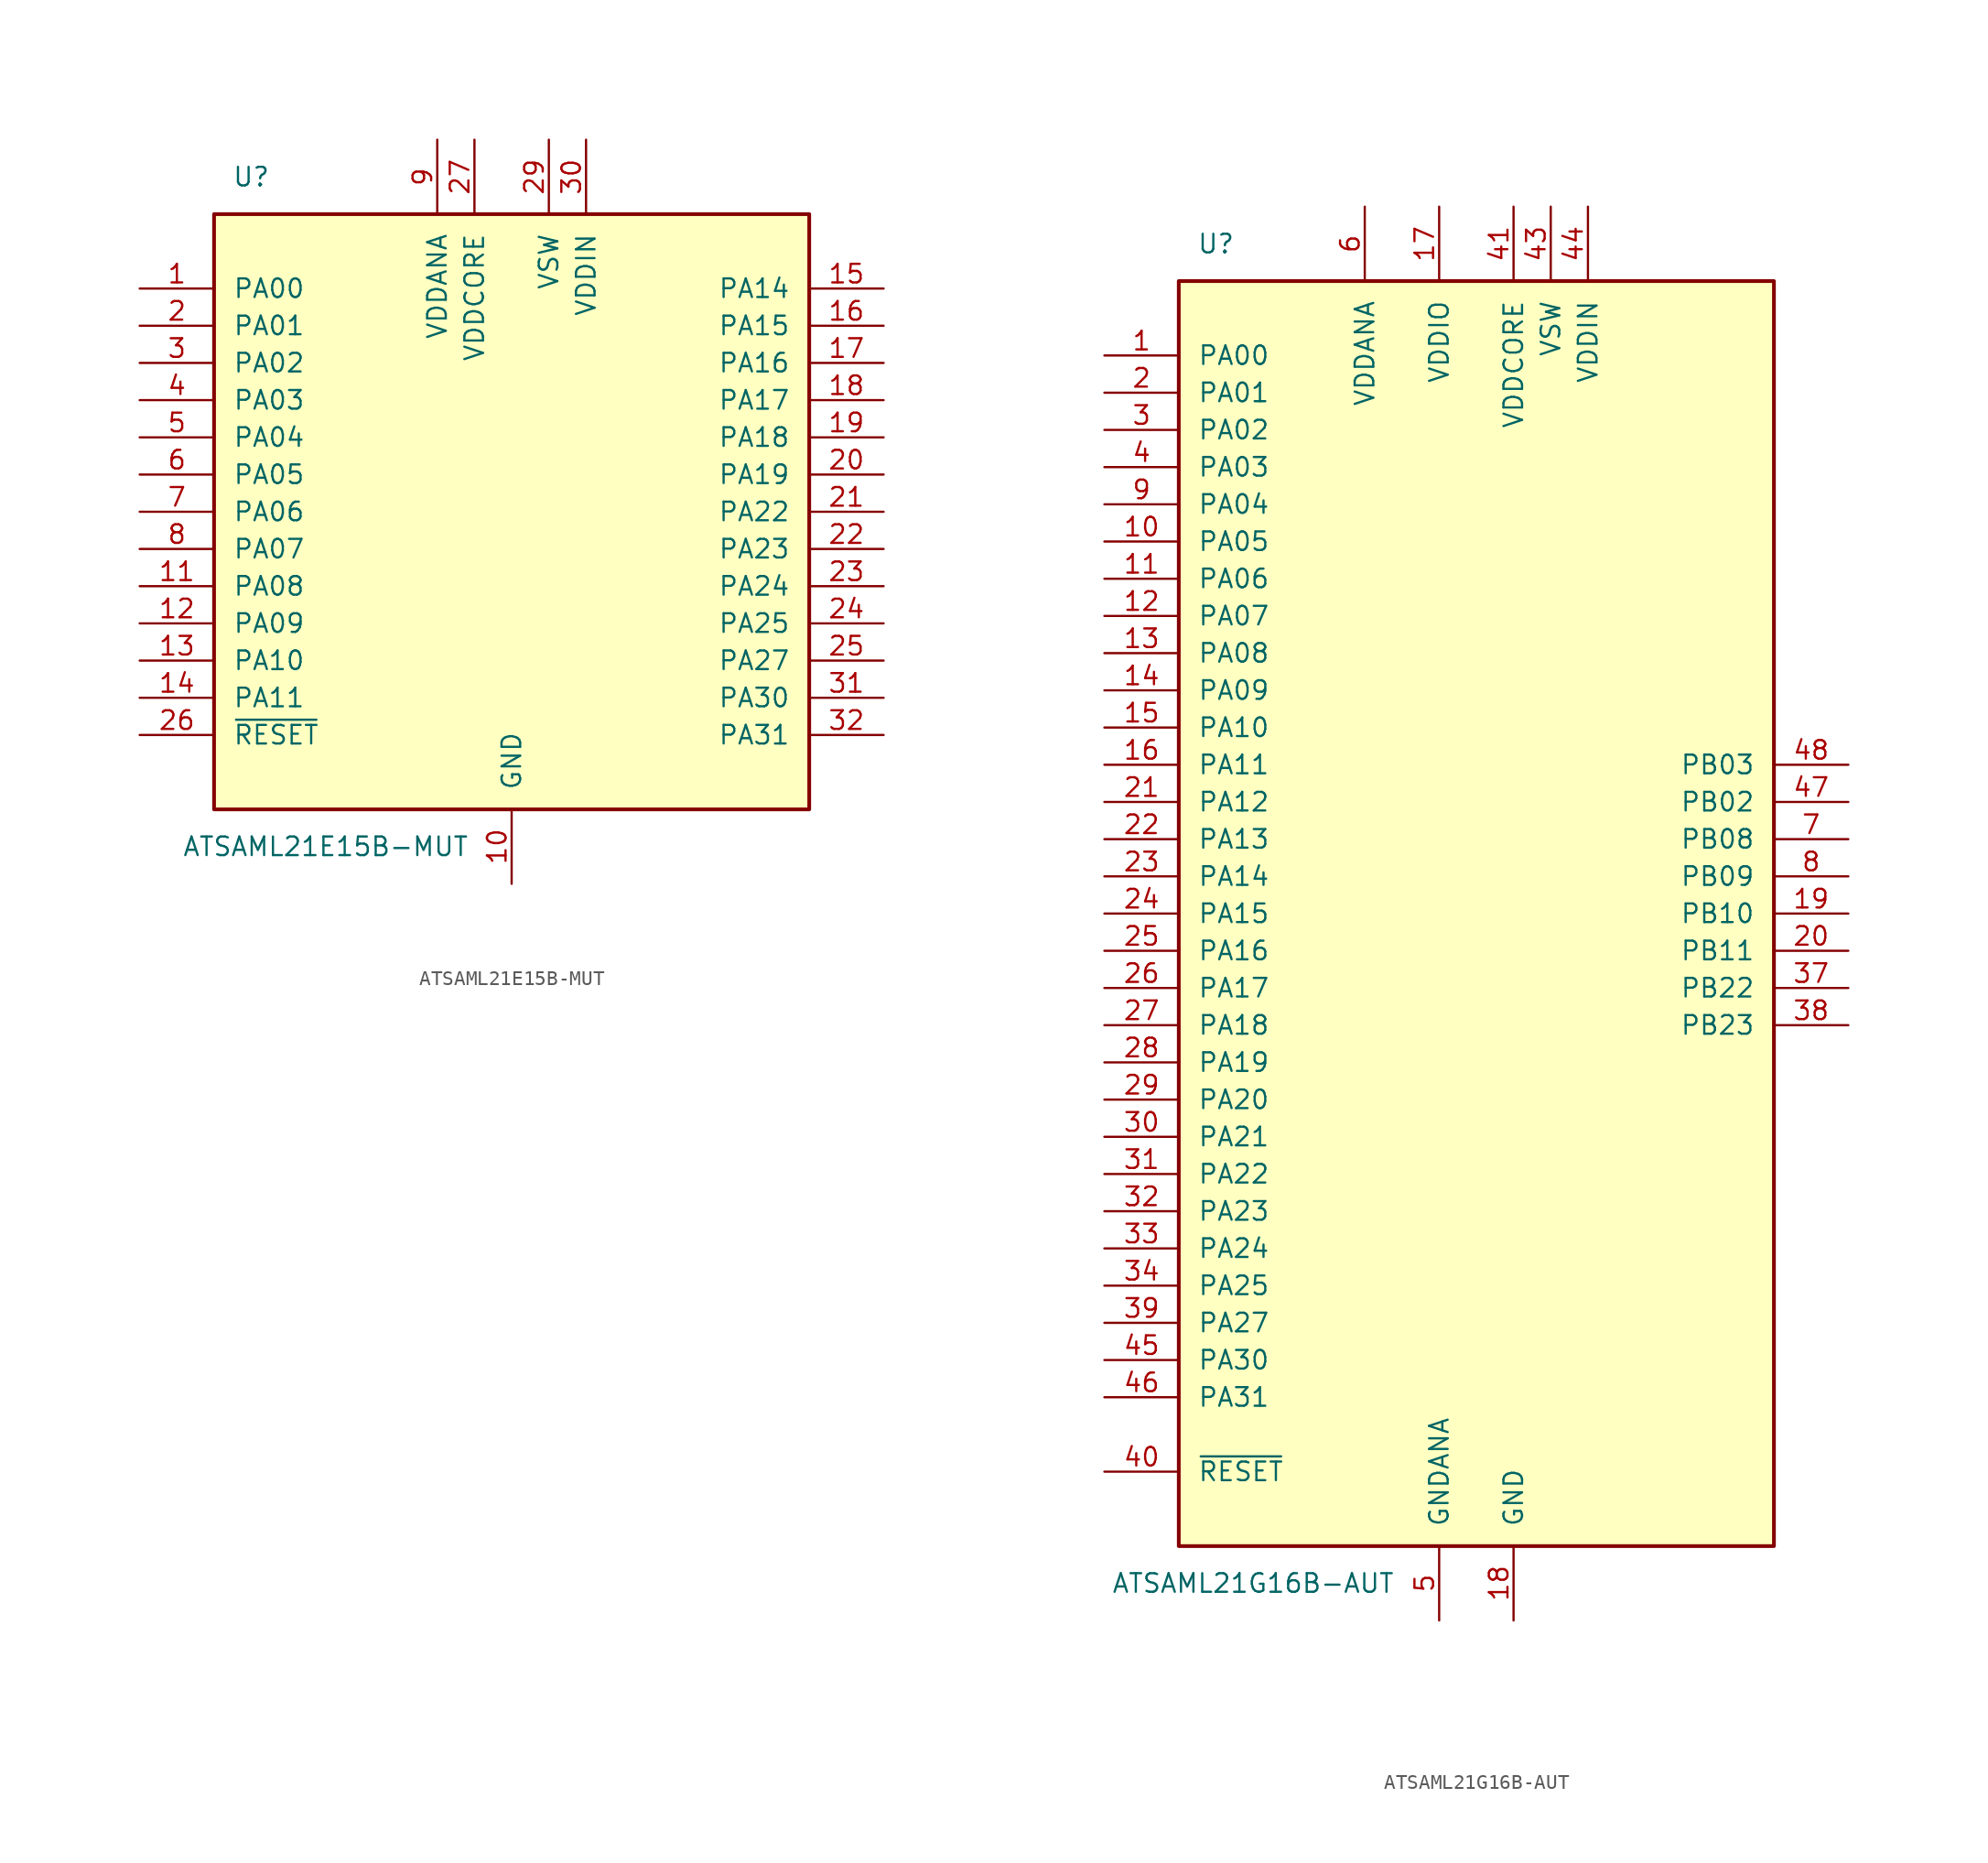
<source format=kicad_sym>
(kicad_symbol_lib
  (version 20201005)
  (generator kicad_symbol_editor)
  (symbol "ATSAML21E15B-MUT"
    (pin_names
      (offset 1.27))
    (property "Reference" "U"
      (at -17.78 22.86 0)
      (effects (font (size 1.27 1.27))))
    (property "Value" "ATSAML21E15B-MUT"
      (at -12.7 -22.86 0)
      (effects (font (size 1.27 1.27))))
    (symbol "ATSAML21E15B-MUT_0_1"
      (rectangle (start -20.32 20.32) (end 20.32 -20.32) (stroke (width 0.254)) (fill (type background))))
    (symbol "ATSAML21E15B-MUT_1_1"
      (pin bidirectional line (at -25.4 15.24 0) (length 5.08) (name "PA00" (effects (font (size 1.27 1.27)))) (number "1" (effects (font (size 1.27 1.27)))))
      (pin power_in line (at 0 -25.4 90) (length 5.08) (name "GND" (effects (font (size 1.27 1.27)))) (number "10" (effects (font (size 1.27 1.27)))))
      (pin bidirectional line (at -25.4 -5.08 0) (length 5.08) (name "PA08" (effects (font (size 1.27 1.27)))) (number "11" (effects (font (size 1.27 1.27)))))
      (pin bidirectional line (at -25.4 -7.62 0) (length 5.08) (name "PA09" (effects (font (size 1.27 1.27)))) (number "12" (effects (font (size 1.27 1.27)))))
      (pin bidirectional line (at -25.4 -10.16 0) (length 5.08) (name "PA10" (effects (font (size 1.27 1.27)))) (number "13" (effects (font (size 1.27 1.27)))))
      (pin bidirectional line (at -25.4 -12.7 0) (length 5.08) (name "PA11" (effects (font (size 1.27 1.27)))) (number "14" (effects (font (size 1.27 1.27)))))
      (pin bidirectional line (at 25.4 15.24 180) (length 5.08) (name "PA14" (effects (font (size 1.27 1.27)))) (number "15" (effects (font (size 1.27 1.27)))))
      (pin bidirectional line (at 25.4 12.7 180) (length 5.08) (name "PA15" (effects (font (size 1.27 1.27)))) (number "16" (effects (font (size 1.27 1.27)))))
      (pin bidirectional line (at 25.4 10.16 180) (length 5.08) (name "PA16" (effects (font (size 1.27 1.27)))) (number "17" (effects (font (size 1.27 1.27)))))
      (pin bidirectional line (at 25.4 7.62 180) (length 5.08) (name "PA17" (effects (font (size 1.27 1.27)))) (number "18" (effects (font (size 1.27 1.27)))))
      (pin bidirectional line (at 25.4 5.08 180) (length 5.08) (name "PA18" (effects (font (size 1.27 1.27)))) (number "19" (effects (font (size 1.27 1.27)))))
      (pin bidirectional line (at -25.4 12.7 0) (length 5.08) (name "PA01" (effects (font (size 1.27 1.27)))) (number "2" (effects (font (size 1.27 1.27)))))
      (pin bidirectional line (at 25.4 2.54 180) (length 5.08) (name "PA19" (effects (font (size 1.27 1.27)))) (number "20" (effects (font (size 1.27 1.27)))))
      (pin bidirectional line (at 25.4 0 180) (length 5.08) (name "PA22" (effects (font (size 1.27 1.27)))) (number "21" (effects (font (size 1.27 1.27)))))
      (pin bidirectional line (at 25.4 -2.54 180) (length 5.08) (name "PA23" (effects (font (size 1.27 1.27)))) (number "22" (effects (font (size 1.27 1.27)))))
      (pin bidirectional line (at 25.4 -5.08 180) (length 5.08) (name "PA24" (effects (font (size 1.27 1.27)))) (number "23" (effects (font (size 1.27 1.27)))))
      (pin bidirectional line (at 25.4 -7.62 180) (length 5.08) (name "PA25" (effects (font (size 1.27 1.27)))) (number "24" (effects (font (size 1.27 1.27)))))
      (pin bidirectional line (at 25.4 -10.16 180) (length 5.08) (name "PA27" (effects (font (size 1.27 1.27)))) (number "25" (effects (font (size 1.27 1.27)))))
      (pin input line (at -25.4 -15.24 0) (length 5.08) (name "~RESET" (effects (font (size 1.27 1.27)))) (number "26" (effects (font (size 1.27 1.27)))))
      (pin power_in line (at -2.54 25.4 270) (length 5.08) (name "VDDCORE" (effects (font (size 1.27 1.27)))) (number "27" (effects (font (size 1.27 1.27)))))
      (pin passive line (at 0 -25.4 90) (length 5.08) hide (name "GND" (effects (font (size 1.27 1.27)))) (number "28" (effects (font (size 1.27 1.27)))))
      (pin power_out line (at 2.54 25.4 270) (length 5.08) (name "VSW" (effects (font (size 1.27 1.27)))) (number "29" (effects (font (size 1.27 1.27)))))
      (pin bidirectional line (at -25.4 10.16 0) (length 5.08) (name "PA02" (effects (font (size 1.27 1.27)))) (number "3" (effects (font (size 1.27 1.27)))))
      (pin power_in line (at 5.08 25.4 270) (length 5.08) (name "VDDIN" (effects (font (size 1.27 1.27)))) (number "30" (effects (font (size 1.27 1.27)))))
      (pin bidirectional line (at 25.4 -12.7 180) (length 5.08) (name "PA30" (effects (font (size 1.27 1.27)))) (number "31" (effects (font (size 1.27 1.27)))))
      (pin bidirectional line (at 25.4 -15.24 180) (length 5.08) (name "PA31" (effects (font (size 1.27 1.27)))) (number "32" (effects (font (size 1.27 1.27)))))
      (pin bidirectional line (at -25.4 7.62 0) (length 5.08) (name "PA03" (effects (font (size 1.27 1.27)))) (number "4" (effects (font (size 1.27 1.27)))))
      (pin bidirectional line (at -25.4 5.08 0) (length 5.08) (name "PA04" (effects (font (size 1.27 1.27)))) (number "5" (effects (font (size 1.27 1.27)))))
      (pin bidirectional line (at -25.4 2.54 0) (length 5.08) (name "PA05" (effects (font (size 1.27 1.27)))) (number "6" (effects (font (size 1.27 1.27)))))
      (pin bidirectional line (at -25.4 0 0) (length 5.08) (name "PA06" (effects (font (size 1.27 1.27)))) (number "7" (effects (font (size 1.27 1.27)))))
      (pin bidirectional line (at -25.4 -2.54 0) (length 5.08) (name "PA07" (effects (font (size 1.27 1.27)))) (number "8" (effects (font (size 1.27 1.27)))))
      (pin power_in line (at -5.08 25.4 270) (length 5.08) (name "VDDANA" (effects (font (size 1.27 1.27)))) (number "9" (effects (font (size 1.27 1.27)))))))
  (symbol "ATSAML21G16B-AUT"
    (pin_names
      (offset 1.27))
    (property "Reference" "U"
      (at -17.78 45.72 0)
      (effects (font (size 1.27 1.27))))
    (property "Value" "ATSAML21G16B-AUT"
      (at -15.24 -45.72 0)
      (effects (font (size 1.27 1.27))))
    (symbol "ATSAML21G16B-AUT_0_1"
      (rectangle (start -20.32 43.18) (end 20.32 -43.18) (stroke (width 0.254)) (fill (type background))))
    (symbol "ATSAML21G16B-AUT_1_1"
      (pin bidirectional line (at -25.4 38.1 0) (length 5.08) (name "PA00" (effects (font (size 1.27 1.27)))) (number "1" (effects (font (size 1.27 1.27)))))
      (pin bidirectional line (at -25.4 25.4 0) (length 5.08) (name "PA05" (effects (font (size 1.27 1.27)))) (number "10" (effects (font (size 1.27 1.27)))))
      (pin bidirectional line (at -25.4 22.86 0) (length 5.08) (name "PA06" (effects (font (size 1.27 1.27)))) (number "11" (effects (font (size 1.27 1.27)))))
      (pin bidirectional line (at -25.4 20.32 0) (length 5.08) (name "PA07" (effects (font (size 1.27 1.27)))) (number "12" (effects (font (size 1.27 1.27)))))
      (pin bidirectional line (at -25.4 17.78 0) (length 5.08) (name "PA08" (effects (font (size 1.27 1.27)))) (number "13" (effects (font (size 1.27 1.27)))))
      (pin bidirectional line (at -25.4 15.24 0) (length 5.08) (name "PA09" (effects (font (size 1.27 1.27)))) (number "14" (effects (font (size 1.27 1.27)))))
      (pin bidirectional line (at -25.4 12.7 0) (length 5.08) (name "PA10" (effects (font (size 1.27 1.27)))) (number "15" (effects (font (size 1.27 1.27)))))
      (pin bidirectional line (at -25.4 10.16 0) (length 5.08) (name "PA11" (effects (font (size 1.27 1.27)))) (number "16" (effects (font (size 1.27 1.27)))))
      (pin power_in line (at -2.54 48.26 270) (length 5.08) (name "VDDIO" (effects (font (size 1.27 1.27)))) (number "17" (effects (font (size 1.27 1.27)))))
      (pin power_in line (at 2.54 -48.26 90) (length 5.08) (name "GND" (effects (font (size 1.27 1.27)))) (number "18" (effects (font (size 1.27 1.27)))))
      (pin bidirectional line (at 25.4 0 180) (length 5.08) (name "PB10" (effects (font (size 1.27 1.27)))) (number "19" (effects (font (size 1.27 1.27)))))
      (pin bidirectional line (at -25.4 35.56 0) (length 5.08) (name "PA01" (effects (font (size 1.27 1.27)))) (number "2" (effects (font (size 1.27 1.27)))))
      (pin bidirectional line (at 25.4 -2.54 180) (length 5.08) (name "PB11" (effects (font (size 1.27 1.27)))) (number "20" (effects (font (size 1.27 1.27)))))
      (pin bidirectional line (at -25.4 7.62 0) (length 5.08) (name "PA12" (effects (font (size 1.27 1.27)))) (number "21" (effects (font (size 1.27 1.27)))))
      (pin bidirectional line (at -25.4 5.08 0) (length 5.08) (name "PA13" (effects (font (size 1.27 1.27)))) (number "22" (effects (font (size 1.27 1.27)))))
      (pin bidirectional line (at -25.4 2.54 0) (length 5.08) (name "PA14" (effects (font (size 1.27 1.27)))) (number "23" (effects (font (size 1.27 1.27)))))
      (pin bidirectional line (at -25.4 0 0) (length 5.08) (name "PA15" (effects (font (size 1.27 1.27)))) (number "24" (effects (font (size 1.27 1.27)))))
      (pin bidirectional line (at -25.4 -2.54 0) (length 5.08) (name "PA16" (effects (font (size 1.27 1.27)))) (number "25" (effects (font (size 1.27 1.27)))))
      (pin bidirectional line (at -25.4 -5.08 0) (length 5.08) (name "PA17" (effects (font (size 1.27 1.27)))) (number "26" (effects (font (size 1.27 1.27)))))
      (pin bidirectional line (at -25.4 -7.62 0) (length 5.08) (name "PA18" (effects (font (size 1.27 1.27)))) (number "27" (effects (font (size 1.27 1.27)))))
      (pin bidirectional line (at -25.4 -10.16 0) (length 5.08) (name "PA19" (effects (font (size 1.27 1.27)))) (number "28" (effects (font (size 1.27 1.27)))))
      (pin bidirectional line (at -25.4 -12.7 0) (length 5.08) (name "PA20" (effects (font (size 1.27 1.27)))) (number "29" (effects (font (size 1.27 1.27)))))
      (pin bidirectional line (at -25.4 33.02 0) (length 5.08) (name "PA02" (effects (font (size 1.27 1.27)))) (number "3" (effects (font (size 1.27 1.27)))))
      (pin bidirectional line (at -25.4 -15.24 0) (length 5.08) (name "PA21" (effects (font (size 1.27 1.27)))) (number "30" (effects (font (size 1.27 1.27)))))
      (pin bidirectional line (at -25.4 -17.78 0) (length 5.08) (name "PA22" (effects (font (size 1.27 1.27)))) (number "31" (effects (font (size 1.27 1.27)))))
      (pin bidirectional line (at -25.4 -20.32 0) (length 5.08) (name "PA23" (effects (font (size 1.27 1.27)))) (number "32" (effects (font (size 1.27 1.27)))))
      (pin bidirectional line (at -25.4 -22.86 0) (length 5.08) (name "PA24" (effects (font (size 1.27 1.27)))) (number "33" (effects (font (size 1.27 1.27)))))
      (pin bidirectional line (at -25.4 -25.4 0) (length 5.08) (name "PA25" (effects (font (size 1.27 1.27)))) (number "34" (effects (font (size 1.27 1.27)))))
      (pin passive line (at 2.54 -48.26 90) (length 5.08) hide (name "GND" (effects (font (size 1.27 1.27)))) (number "35" (effects (font (size 1.27 1.27)))))
      (pin power_in line (at -2.54 48.26 270) (length 5.08) hide (name "VDDIO" (effects (font (size 1.27 1.27)))) (number "36" (effects (font (size 1.27 1.27)))))
      (pin bidirectional line (at 25.4 -5.08 180) (length 5.08) (name "PB22" (effects (font (size 1.27 1.27)))) (number "37" (effects (font (size 1.27 1.27)))))
      (pin bidirectional line (at 25.4 -7.62 180) (length 5.08) (name "PB23" (effects (font (size 1.27 1.27)))) (number "38" (effects (font (size 1.27 1.27)))))
      (pin bidirectional line (at -25.4 -27.94 0) (length 5.08) (name "PA27" (effects (font (size 1.27 1.27)))) (number "39" (effects (font (size 1.27 1.27)))))
      (pin bidirectional line (at -25.4 30.48 0) (length 5.08) (name "PA03" (effects (font (size 1.27 1.27)))) (number "4" (effects (font (size 1.27 1.27)))))
      (pin input line (at -25.4 -38.1 0) (length 5.08) (name "~RESET" (effects (font (size 1.27 1.27)))) (number "40" (effects (font (size 1.27 1.27)))))
      (pin bidirectional line (at 2.54 48.26 270) (length 5.08) (name "VDDCORE" (effects (font (size 1.27 1.27)))) (number "41" (effects (font (size 1.27 1.27)))))
      (pin passive line (at 2.54 -48.26 90) (length 5.08) hide (name "GND" (effects (font (size 1.27 1.27)))) (number "42" (effects (font (size 1.27 1.27)))))
      (pin bidirectional line (at 5.08 48.26 270) (length 5.08) (name "VSW" (effects (font (size 1.27 1.27)))) (number "43" (effects (font (size 1.27 1.27)))))
      (pin bidirectional line (at 7.62 48.26 270) (length 5.08) (name "VDDIN" (effects (font (size 1.27 1.27)))) (number "44" (effects (font (size 1.27 1.27)))))
      (pin bidirectional line (at -25.4 -30.48 0) (length 5.08) (name "PA30" (effects (font (size 1.27 1.27)))) (number "45" (effects (font (size 1.27 1.27)))))
      (pin bidirectional line (at -25.4 -33.02 0) (length 5.08) (name "PA31" (effects (font (size 1.27 1.27)))) (number "46" (effects (font (size 1.27 1.27)))))
      (pin bidirectional line (at 25.4 7.62 180) (length 5.08) (name "PB02" (effects (font (size 1.27 1.27)))) (number "47" (effects (font (size 1.27 1.27)))))
      (pin bidirectional line (at 25.4 10.16 180) (length 5.08) (name "PB03" (effects (font (size 1.27 1.27)))) (number "48" (effects (font (size 1.27 1.27)))))
      (pin power_in line (at -2.54 -48.26 90) (length 5.08) (name "GNDANA" (effects (font (size 1.27 1.27)))) (number "5" (effects (font (size 1.27 1.27)))))
      (pin bidirectional line (at -7.62 48.26 270) (length 5.08) (name "VDDANA" (effects (font (size 1.27 1.27)))) (number "6" (effects (font (size 1.27 1.27)))))
      (pin bidirectional line (at 25.4 5.08 180) (length 5.08) (name "PB08" (effects (font (size 1.27 1.27)))) (number "7" (effects (font (size 1.27 1.27)))))
      (pin bidirectional line (at 25.4 2.54 180) (length 5.08) (name "PB09" (effects (font (size 1.27 1.27)))) (number "8" (effects (font (size 1.27 1.27)))))
      (pin bidirectional line (at -25.4 27.94 0) (length 5.08) (name "PA04" (effects (font (size 1.27 1.27)))) (number "9" (effects (font (size 1.27 1.27))))))))
</source>
